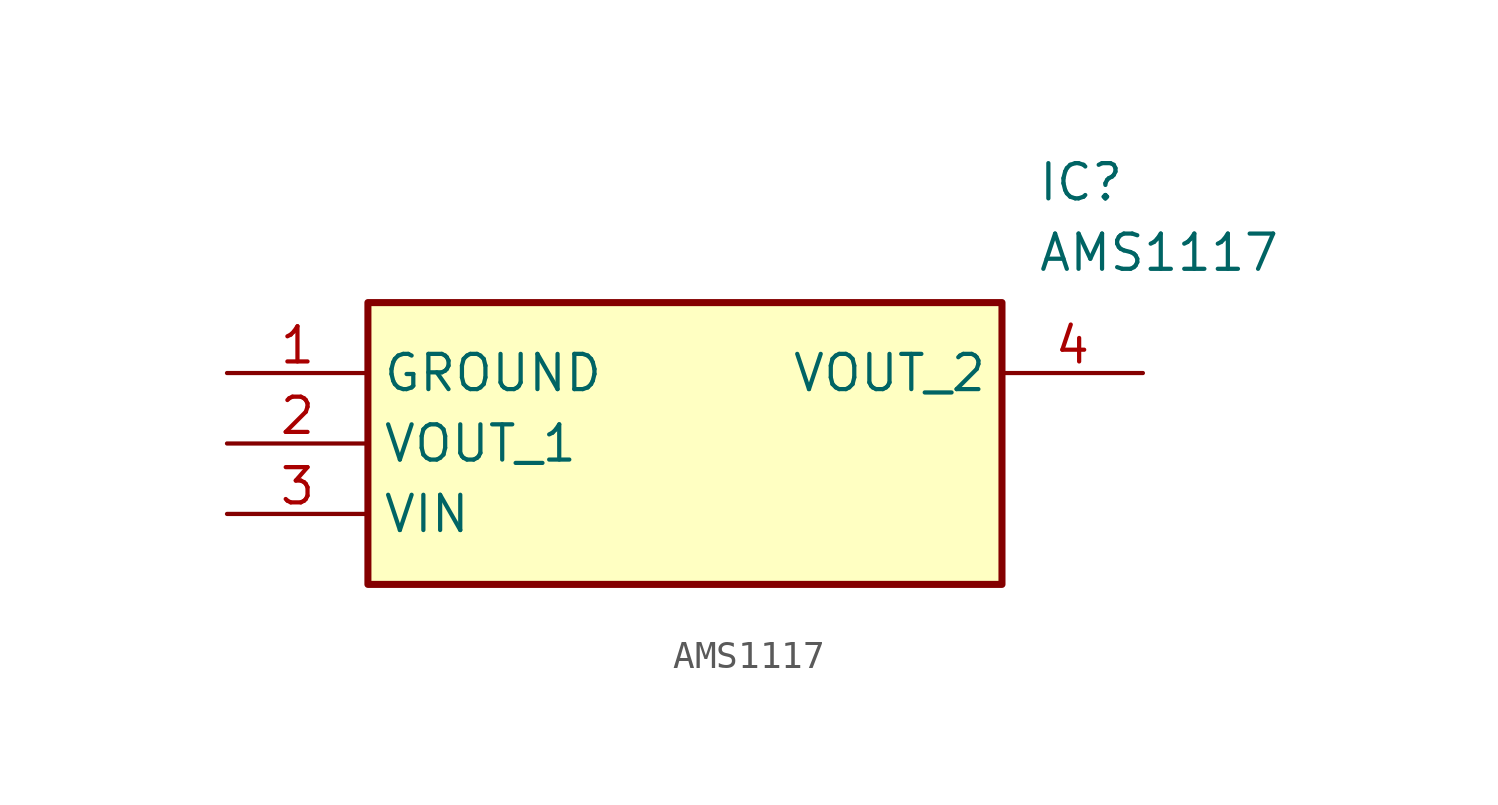
<source format=kicad_sym>
(kicad_symbol_lib
  (version 20211014)
  (generator SamacSys_ECAD_Model)
  (symbol "AMS1117"
    (property "Reference" "IC"
      (at 29.21 7.62 0)
      (effects (font (size 1.27 1.27)) (justify left top)))
    (property "Value" "AMS1117"
      (at 29.21 5.08 0)
      (effects (font (size 1.27 1.27)) (justify left top)))
    (rectangle
      (start 5.08 2.54)
      (end 27.94 -7.62)
      (stroke (width 0.254) (type default))
      (fill (type background)))
    (pin passive line
      (at 0 0 0)
      (length 5.08)
      (name "GROUND" (effects (font (size 1.27 1.27))))
      (number "1" (effects (font (size 1.27 1.27)))))
    (pin passive line
      (at 0 -2.54 0)
      (length 5.08)
      (name "VOUT_1" (effects (font (size 1.27 1.27))))
      (number "2" (effects (font (size 1.27 1.27)))))
    (pin passive line
      (at 0 -5.08 0)
      (length 5.08)
      (name "VIN" (effects (font (size 1.27 1.27))))
      (number "3" (effects (font (size 1.27 1.27)))))
    (pin passive line
      (at 33.02 0 180)
      (length 5.08)
      (name "VOUT_2" (effects (font (size 1.27 1.27))))
      (number "4" (effects (font (size 1.27 1.27)))))))
</source>
